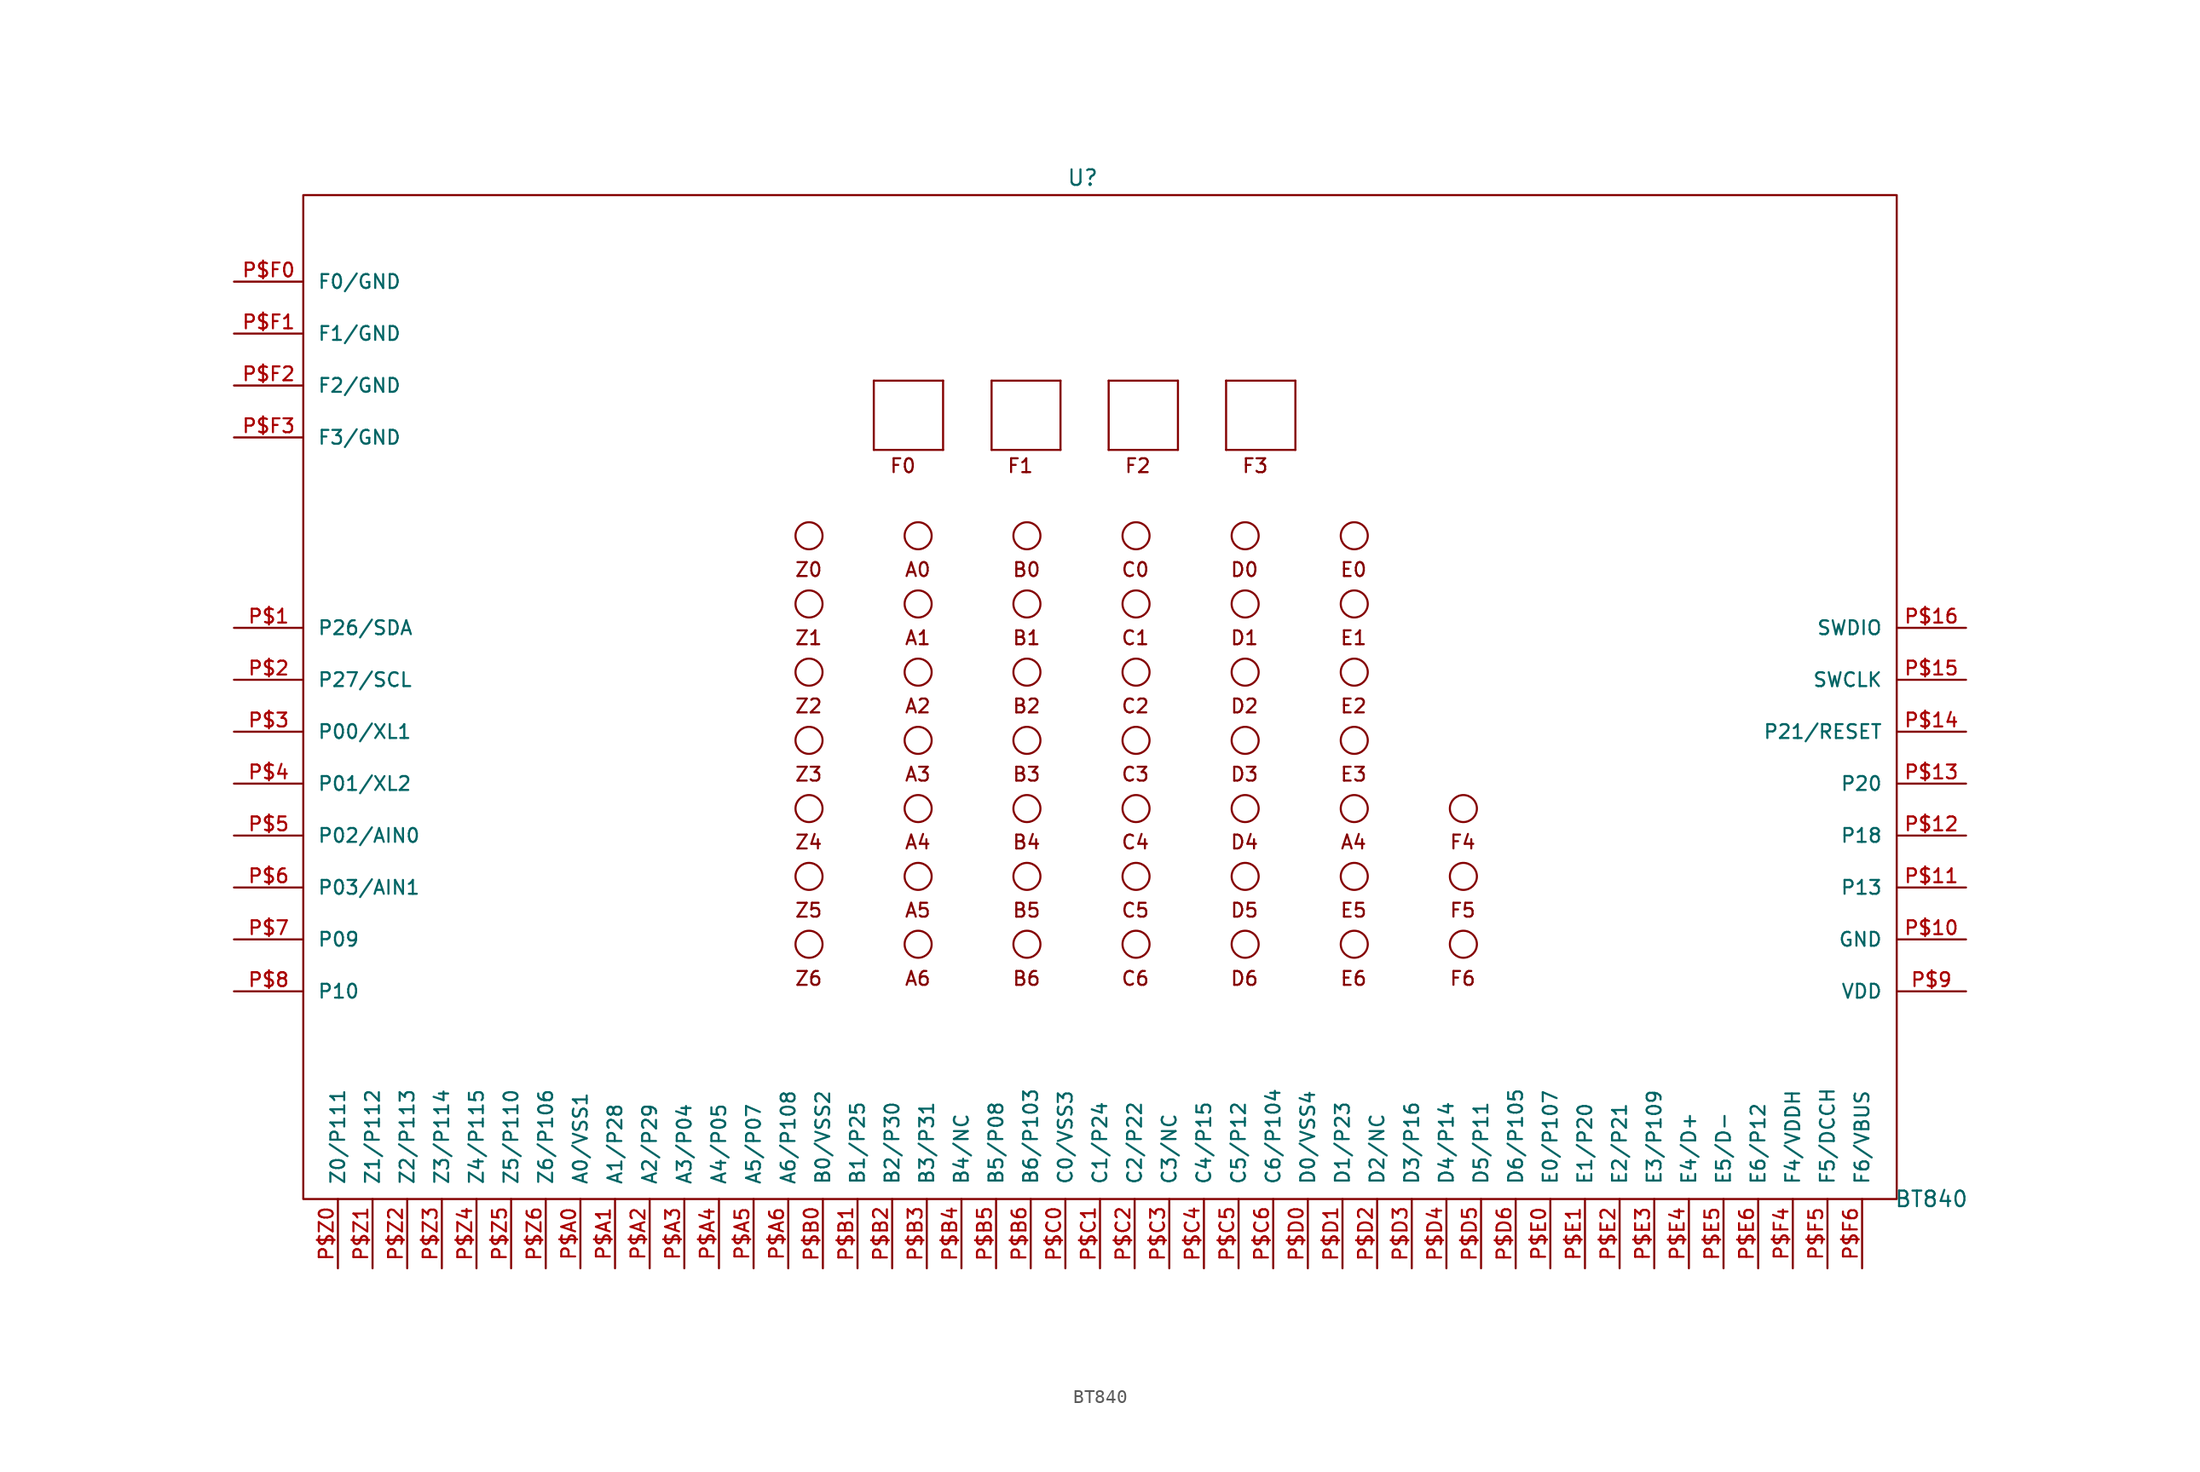
<source format=kicad_sym>
(kicad_symbol_lib
  (version 20211014)
  (generator kicad_symbol_editor)
  (symbol "BT840"
    (pin_names
      (offset 1.016))
    (property "Reference" "U"
      (at 0 48.26 0)
      (effects (font (size 1.143 1.143))))
    (property "Value" "BT840"
      (at 62.23 -26.67 0)
      (effects (font (size 1.143 1.143))))
    (property "ki_locked" ""
      (at 0 0 0)
      (effects (font (size 1.27 1.27))))
    (symbol "BT840_0_1"
      (rectangle (start -57.15 46.99) (end 59.69 -26.67) (stroke (width 0) (type default) (color 0 0 0 0)) (fill (type none))))
    (symbol "BT840_1_0"
      (polyline (pts (xy -15.316 28.296) (xy -15.316 33.376)) (stroke (width 0) (type default) (color 0 0 0 0)) (fill (type none)))
      (polyline (pts (xy -15.316 33.376) (xy -10.236 33.376)) (stroke (width 0) (type default) (color 0 0 0 0)) (fill (type none)))
      (polyline (pts (xy -10.236 28.296) (xy -15.316 28.296)) (stroke (width 0) (type default) (color 0 0 0 0)) (fill (type none)))
      (polyline (pts (xy -10.236 33.376) (xy -10.236 28.296)) (stroke (width 0) (type default) (color 0 0 0 0)) (fill (type none)))
      (polyline (pts (xy -6.68 28.296) (xy -6.68 33.376)) (stroke (width 0) (type default) (color 0 0 0 0)) (fill (type none)))
      (polyline (pts (xy -6.68 33.376) (xy -1.626 33.376)) (stroke (width 0) (type default) (color 0 0 0 0)) (fill (type none)))
      (polyline (pts (xy -1.626 28.296) (xy -6.68 28.296)) (stroke (width 0) (type default) (color 0 0 0 0)) (fill (type none)))
      (polyline (pts (xy -1.626 33.376) (xy -1.626 28.296)) (stroke (width 0) (type default) (color 0 0 0 0)) (fill (type none)))
      (polyline (pts (xy 1.905 28.296) (xy 1.905 33.376)) (stroke (width 0) (type default) (color 0 0 0 0)) (fill (type none)))
      (polyline (pts (xy 1.905 33.376) (xy 6.985 33.376)) (stroke (width 0) (type default) (color 0 0 0 0)) (fill (type none)))
      (polyline (pts (xy 6.985 28.296) (xy 1.905 28.296)) (stroke (width 0) (type default) (color 0 0 0 0)) (fill (type none)))
      (polyline (pts (xy 6.985 33.376) (xy 6.985 28.296)) (stroke (width 0) (type default) (color 0 0 0 0)) (fill (type none)))
      (polyline (pts (xy 10.516 28.296) (xy 10.516 33.376)) (stroke (width 0) (type default) (color 0 0 0 0)) (fill (type none)))
      (polyline (pts (xy 10.516 33.376) (xy 15.596 33.376)) (stroke (width 0) (type default) (color 0 0 0 0)) (fill (type none)))
      (polyline (pts (xy 15.596 28.296) (xy 10.516 28.296)) (stroke (width 0) (type default) (color 0 0 0 0)) (fill (type none)))
      (polyline (pts (xy 15.596 33.376) (xy 15.596 28.296)) (stroke (width 0) (type default) (color 0 0 0 0)) (fill (type none)))
      (text "A0" (at -12.09 19.507 0) (effects (font (size 1.016 1.016))))
      (text "A1" (at -12.09 14.503 0) (effects (font (size 1.016 1.016))))
      (text "A2" (at -12.09 9.5 0) (effects (font (size 1.016 1.016))))
      (text "A3" (at -12.09 4.496 0) (effects (font (size 1.016 1.016))))
      (text "A4" (at -12.09 -0.483 0) (effects (font (size 1.016 1.016))))
      (text "A4" (at 19.863 -0.483 0) (effects (font (size 1.016 1.016))))
      (text "A5" (at -12.09 -5.486 0) (effects (font (size 1.016 1.016))))
      (text "A6" (at -12.09 -10.49 0) (effects (font (size 1.016 1.016))))
      (text "B0" (at -4.115 19.507 0) (effects (font (size 1.016 1.016))))
      (text "B1" (at -4.115 14.503 0) (effects (font (size 1.016 1.016))))
      (text "B2" (at -4.115 9.5 0) (effects (font (size 1.016 1.016))))
      (text "B3" (at -4.115 4.496 0) (effects (font (size 1.016 1.016))))
      (text "B4" (at -4.115 -0.483 0) (effects (font (size 1.016 1.016))))
      (text "B5" (at -4.115 -5.486 0) (effects (font (size 1.016 1.016))))
      (text "B6" (at -4.115 -10.49 0) (effects (font (size 1.016 1.016))))
      (text "C0" (at 3.861 19.507 0) (effects (font (size 1.016 1.016))))
      (text "C1" (at 3.861 14.503 0) (effects (font (size 1.016 1.016))))
      (text "C2" (at 3.861 9.5 0) (effects (font (size 1.016 1.016))))
      (text "C3" (at 3.861 4.496 0) (effects (font (size 1.016 1.016))))
      (text "C4" (at 3.861 -0.483 0) (effects (font (size 1.016 1.016))))
      (text "C5" (at 3.861 -5.486 0) (effects (font (size 1.016 1.016))))
      (text "C6" (at 3.861 -10.49 0) (effects (font (size 1.016 1.016))))
      (text "D0" (at 11.862 19.507 0) (effects (font (size 1.016 1.016))))
      (text "D1" (at 11.862 14.503 0) (effects (font (size 1.016 1.016))))
      (text "D2" (at 11.862 9.5 0) (effects (font (size 1.016 1.016))))
      (text "D3" (at 11.862 4.496 0) (effects (font (size 1.016 1.016))))
      (text "D4" (at 11.862 -0.483 0) (effects (font (size 1.016 1.016))))
      (text "D5" (at 11.862 -5.486 0) (effects (font (size 1.016 1.016))))
      (text "D6" (at 11.862 -10.49 0) (effects (font (size 1.016 1.016))))
      (text "E0" (at 19.863 19.507 0) (effects (font (size 1.016 1.016))))
      (text "E1" (at 19.863 14.503 0) (effects (font (size 1.016 1.016))))
      (text "E2" (at 19.863 9.5 0) (effects (font (size 1.016 1.016))))
      (text "E3" (at 19.863 4.496 0) (effects (font (size 1.016 1.016))))
      (text "E5" (at 19.863 -5.486 0) (effects (font (size 1.016 1.016))))
      (text "E6" (at 19.863 -10.49 0) (effects (font (size 1.016 1.016))))
      (text "F0" (at -13.183 27.127 0) (effects (font (size 1.016 1.016))))
      (text "F1" (at -4.572 27.127 0) (effects (font (size 1.016 1.016))))
      (text "F2" (at 4.039 27.127 0) (effects (font (size 1.016 1.016))))
      (text "F3" (at 12.649 27.127 0) (effects (font (size 1.016 1.016))))
      (text "F4" (at 27.864 -0.483 0) (effects (font (size 1.016 1.016))))
      (text "F5" (at 27.864 -5.486 0) (effects (font (size 1.016 1.016))))
      (text "F6" (at 27.864 -10.49 0) (effects (font (size 1.016 1.016))))
      (text "Z0" (at -20.091 19.507 0) (effects (font (size 1.016 1.016))))
      (text "Z1" (at -20.091 14.503 0) (effects (font (size 1.016 1.016))))
      (text "Z2" (at -20.091 9.5 0) (effects (font (size 1.016 1.016))))
      (text "Z3" (at -20.091 4.496 0) (effects (font (size 1.016 1.016))))
      (text "Z4" (at -20.091 -0.483 0) (effects (font (size 1.016 1.016))))
      (text "Z5" (at -20.091 -5.486 0) (effects (font (size 1.016 1.016))))
      (text "Z6" (at -20.091 -10.49 0) (effects (font (size 1.016 1.016)))))
    (symbol "BT840_1_1"
      (circle (center -20.066 -7.976) (radius 0.991) (stroke (width 0) (type default) (color 0 0 0 0)) (fill (type none)))
      (circle (center -20.066 -2.997) (radius 0.991) (stroke (width 0) (type default) (color 0 0 0 0)) (fill (type none)))
      (circle (center -20.066 1.981) (radius 0.991) (stroke (width 0) (type default) (color 0 0 0 0)) (fill (type none)))
      (circle (center -20.066 6.985) (radius 0.991) (stroke (width 0) (type default) (color 0 0 0 0)) (fill (type none)))
      (circle (center -20.066 11.989) (radius 0.991) (stroke (width 0) (type default) (color 0 0 0 0)) (fill (type none)))
      (circle (center -20.066 16.993) (radius 0.991) (stroke (width 0) (type default) (color 0 0 0 0)) (fill (type none)))
      (circle (center -20.066 21.996) (radius 0.991) (stroke (width 0) (type default) (color 0 0 0 0)) (fill (type none)))
      (circle (center -12.065 -7.976) (radius 0.991) (stroke (width 0) (type default) (color 0 0 0 0)) (fill (type none)))
      (circle (center -12.065 -2.997) (radius 0.991) (stroke (width 0) (type default) (color 0 0 0 0)) (fill (type none)))
      (circle (center -12.065 1.981) (radius 0.991) (stroke (width 0) (type default) (color 0 0 0 0)) (fill (type none)))
      (circle (center -12.065 6.985) (radius 0.991) (stroke (width 0) (type default) (color 0 0 0 0)) (fill (type none)))
      (circle (center -12.065 11.989) (radius 0.991) (stroke (width 0) (type default) (color 0 0 0 0)) (fill (type none)))
      (circle (center -12.065 16.993) (radius 0.991) (stroke (width 0) (type default) (color 0 0 0 0)) (fill (type none)))
      (circle (center -12.065 21.996) (radius 0.991) (stroke (width 0) (type default) (color 0 0 0 0)) (fill (type none)))
      (circle (center -4.089 -7.976) (radius 0.991) (stroke (width 0) (type default) (color 0 0 0 0)) (fill (type none)))
      (circle (center -4.089 -2.997) (radius 0.991) (stroke (width 0) (type default) (color 0 0 0 0)) (fill (type none)))
      (circle (center -4.089 1.981) (radius 0.991) (stroke (width 0) (type default) (color 0 0 0 0)) (fill (type none)))
      (circle (center -4.089 6.985) (radius 0.991) (stroke (width 0) (type default) (color 0 0 0 0)) (fill (type none)))
      (circle (center -4.089 11.989) (radius 0.991) (stroke (width 0) (type default) (color 0 0 0 0)) (fill (type none)))
      (circle (center -4.089 16.993) (radius 0.991) (stroke (width 0) (type default) (color 0 0 0 0)) (fill (type none)))
      (circle (center -4.089 21.996) (radius 0.991) (stroke (width 0) (type default) (color 0 0 0 0)) (fill (type none)))
      (circle (center 3.912 -7.976) (radius 0.991) (stroke (width 0) (type default) (color 0 0 0 0)) (fill (type none)))
      (circle (center 3.912 -2.997) (radius 0.991) (stroke (width 0) (type default) (color 0 0 0 0)) (fill (type none)))
      (circle (center 3.912 1.981) (radius 0.991) (stroke (width 0) (type default) (color 0 0 0 0)) (fill (type none)))
      (circle (center 3.912 6.985) (radius 0.991) (stroke (width 0) (type default) (color 0 0 0 0)) (fill (type none)))
      (circle (center 3.912 11.989) (radius 0.991) (stroke (width 0) (type default) (color 0 0 0 0)) (fill (type none)))
      (circle (center 3.912 16.993) (radius 0.991) (stroke (width 0) (type default) (color 0 0 0 0)) (fill (type none)))
      (circle (center 3.912 21.996) (radius 0.991) (stroke (width 0) (type default) (color 0 0 0 0)) (fill (type none)))
      (circle (center 11.913 -7.976) (radius 0.991) (stroke (width 0) (type default) (color 0 0 0 0)) (fill (type none)))
      (circle (center 11.913 -2.997) (radius 0.991) (stroke (width 0) (type default) (color 0 0 0 0)) (fill (type none)))
      (circle (center 11.913 1.981) (radius 0.991) (stroke (width 0) (type default) (color 0 0 0 0)) (fill (type none)))
      (circle (center 11.913 6.985) (radius 0.991) (stroke (width 0) (type default) (color 0 0 0 0)) (fill (type none)))
      (circle (center 11.913 11.989) (radius 0.991) (stroke (width 0) (type default) (color 0 0 0 0)) (fill (type none)))
      (circle (center 11.913 16.993) (radius 0.991) (stroke (width 0) (type default) (color 0 0 0 0)) (fill (type none)))
      (circle (center 11.913 21.996) (radius 0.991) (stroke (width 0) (type default) (color 0 0 0 0)) (fill (type none)))
      (circle (center 19.914 -7.976) (radius 0.991) (stroke (width 0) (type default) (color 0 0 0 0)) (fill (type none)))
      (circle (center 19.914 -2.997) (radius 0.991) (stroke (width 0) (type default) (color 0 0 0 0)) (fill (type none)))
      (circle (center 19.914 1.981) (radius 0.991) (stroke (width 0) (type default) (color 0 0 0 0)) (fill (type none)))
      (circle (center 19.914 6.985) (radius 0.991) (stroke (width 0) (type default) (color 0 0 0 0)) (fill (type none)))
      (circle (center 19.914 11.989) (radius 0.991) (stroke (width 0) (type default) (color 0 0 0 0)) (fill (type none)))
      (circle (center 19.914 16.993) (radius 0.991) (stroke (width 0) (type default) (color 0 0 0 0)) (fill (type none)))
      (circle (center 19.914 21.996) (radius 0.991) (stroke (width 0) (type default) (color 0 0 0 0)) (fill (type none)))
      (circle (center 27.915 -7.976) (radius 0.991) (stroke (width 0) (type default) (color 0 0 0 0)) (fill (type none)))
      (circle (center 27.915 -2.997) (radius 0.991) (stroke (width 0) (type default) (color 0 0 0 0)) (fill (type none)))
      (circle (center 27.915 1.981) (radius 0.991) (stroke (width 0) (type default) (color 0 0 0 0)) (fill (type none)))
      (pin bidirectional line (at -62.23 15.24 0) (length 5.08) (name "P26/SDA" (effects (font (size 1.016 1.016)))) (number "P$1" (effects (font (size 1.016 1.016)))))
      (pin bidirectional line (at 64.77 -7.62 180) (length 5.08) (name "GND" (effects (font (size 1.016 1.016)))) (number "P$10" (effects (font (size 1.016 1.016)))))
      (pin bidirectional line (at 64.77 -3.81 180) (length 5.08) (name "P13" (effects (font (size 1.016 1.016)))) (number "P$11" (effects (font (size 1.016 1.016)))))
      (pin bidirectional line (at 64.77 0 180) (length 5.08) (name "P18" (effects (font (size 1.016 1.016)))) (number "P$12" (effects (font (size 1.016 1.016)))))
      (pin bidirectional line (at 64.77 3.81 180) (length 5.08) (name "P20" (effects (font (size 1.016 1.016)))) (number "P$13" (effects (font (size 1.016 1.016)))))
      (pin bidirectional line (at 64.77 7.62 180) (length 5.08) (name "P21/RESET" (effects (font (size 1.016 1.016)))) (number "P$14" (effects (font (size 1.016 1.016)))))
      (pin bidirectional line (at 64.77 11.43 180) (length 5.08) (name "SWCLK" (effects (font (size 1.016 1.016)))) (number "P$15" (effects (font (size 1.016 1.016)))))
      (pin bidirectional line (at 64.77 15.24 180) (length 5.08) (name "SWDIO" (effects (font (size 1.016 1.016)))) (number "P$16" (effects (font (size 1.016 1.016)))))
      (pin bidirectional line (at -62.23 11.43 0) (length 5.08) (name "P27/SCL" (effects (font (size 1.016 1.016)))) (number "P$2" (effects (font (size 1.016 1.016)))))
      (pin bidirectional line (at -62.23 7.62 0) (length 5.08) (name "P00/XL1" (effects (font (size 1.016 1.016)))) (number "P$3" (effects (font (size 1.016 1.016)))))
      (pin bidirectional line (at -62.23 3.81 0) (length 5.08) (name "P01/XL2" (effects (font (size 1.016 1.016)))) (number "P$4" (effects (font (size 1.016 1.016)))))
      (pin bidirectional line (at -62.23 0 0) (length 5.08) (name "P02/AIN0" (effects (font (size 1.016 1.016)))) (number "P$5" (effects (font (size 1.016 1.016)))))
      (pin bidirectional line (at -62.23 -3.81 0) (length 5.08) (name "P03/AIN1" (effects (font (size 1.016 1.016)))) (number "P$6" (effects (font (size 1.016 1.016)))))
      (pin bidirectional line (at -62.23 -7.62 0) (length 5.08) (name "P09" (effects (font (size 1.016 1.016)))) (number "P$7" (effects (font (size 1.016 1.016)))))
      (pin bidirectional line (at -62.23 -11.43 0) (length 5.08) (name "P10" (effects (font (size 1.016 1.016)))) (number "P$8" (effects (font (size 1.016 1.016)))))
      (pin bidirectional line (at 64.77 -11.43 180) (length 5.08) (name "VDD" (effects (font (size 1.016 1.016)))) (number "P$9" (effects (font (size 1.016 1.016)))))
      (pin bidirectional line (at -36.83 -31.75 90) (length 5.08) (name "A0/VSS1" (effects (font (size 1.016 1.016)))) (number "P$A0" (effects (font (size 1.016 1.016)))))
      (pin bidirectional line (at -34.29 -31.75 90) (length 5.08) (name "A1/P28" (effects (font (size 1.016 1.016)))) (number "P$A1" (effects (font (size 1.016 1.016)))))
      (pin bidirectional line (at -31.75 -31.75 90) (length 5.08) (name "A2/P29" (effects (font (size 1.016 1.016)))) (number "P$A2" (effects (font (size 1.016 1.016)))))
      (pin bidirectional line (at -29.21 -31.75 90) (length 5.08) (name "A3/P04" (effects (font (size 1.016 1.016)))) (number "P$A3" (effects (font (size 1.016 1.016)))))
      (pin bidirectional line (at -26.67 -31.75 90) (length 5.08) (name "A4/P05" (effects (font (size 1.016 1.016)))) (number "P$A4" (effects (font (size 1.016 1.016)))))
      (pin bidirectional line (at -24.13 -31.75 90) (length 5.08) (name "A5/P07" (effects (font (size 1.016 1.016)))) (number "P$A5" (effects (font (size 1.016 1.016)))))
      (pin bidirectional line (at -21.59 -31.75 90) (length 5.08) (name "A6/P108" (effects (font (size 1.016 1.016)))) (number "P$A6" (effects (font (size 1.016 1.016)))))
      (pin bidirectional line (at -19.05 -31.75 90) (length 5.08) (name "B0/VSS2" (effects (font (size 1.016 1.016)))) (number "P$B0" (effects (font (size 1.016 1.016)))))
      (pin bidirectional line (at -16.51 -31.75 90) (length 5.08) (name "B1/P25" (effects (font (size 1.016 1.016)))) (number "P$B1" (effects (font (size 1.016 1.016)))))
      (pin bidirectional line (at -13.97 -31.75 90) (length 5.08) (name "B2/P30" (effects (font (size 1.016 1.016)))) (number "P$B2" (effects (font (size 1.016 1.016)))))
      (pin bidirectional line (at -11.43 -31.75 90) (length 5.08) (name "B3/P31" (effects (font (size 1.016 1.016)))) (number "P$B3" (effects (font (size 1.016 1.016)))))
      (pin bidirectional line (at -8.89 -31.75 90) (length 5.08) (name "B4/NC" (effects (font (size 1.016 1.016)))) (number "P$B4" (effects (font (size 1.016 1.016)))))
      (pin bidirectional line (at -6.35 -31.75 90) (length 5.08) (name "B5/P08" (effects (font (size 1.016 1.016)))) (number "P$B5" (effects (font (size 1.016 1.016)))))
      (pin bidirectional line (at -3.81 -31.75 90) (length 5.08) (name "B6/P103" (effects (font (size 1.016 1.016)))) (number "P$B6" (effects (font (size 1.016 1.016)))))
      (pin bidirectional line (at -1.27 -31.75 90) (length 5.08) (name "C0/VSS3" (effects (font (size 1.016 1.016)))) (number "P$C0" (effects (font (size 1.016 1.016)))))
      (pin bidirectional line (at 1.27 -31.75 90) (length 5.08) (name "C1/P24" (effects (font (size 1.016 1.016)))) (number "P$C1" (effects (font (size 1.016 1.016)))))
      (pin bidirectional line (at 3.81 -31.75 90) (length 5.08) (name "C2/P22" (effects (font (size 1.016 1.016)))) (number "P$C2" (effects (font (size 1.016 1.016)))))
      (pin bidirectional line (at 6.35 -31.75 90) (length 5.08) (name "C3/NC" (effects (font (size 1.016 1.016)))) (number "P$C3" (effects (font (size 1.016 1.016)))))
      (pin bidirectional line (at 8.89 -31.75 90) (length 5.08) (name "C4/P15" (effects (font (size 1.016 1.016)))) (number "P$C4" (effects (font (size 1.016 1.016)))))
      (pin bidirectional line (at 11.43 -31.75 90) (length 5.08) (name "C5/P12" (effects (font (size 1.016 1.016)))) (number "P$C5" (effects (font (size 1.016 1.016)))))
      (pin bidirectional line (at 13.97 -31.75 90) (length 5.08) (name "C6/P104" (effects (font (size 1.016 1.016)))) (number "P$C6" (effects (font (size 1.016 1.016)))))
      (pin bidirectional line (at 16.51 -31.75 90) (length 5.08) (name "D0/VSS4" (effects (font (size 1.016 1.016)))) (number "P$D0" (effects (font (size 1.016 1.016)))))
      (pin bidirectional line (at 19.05 -31.75 90) (length 5.08) (name "D1/P23" (effects (font (size 1.016 1.016)))) (number "P$D1" (effects (font (size 1.016 1.016)))))
      (pin bidirectional line (at 21.59 -31.75 90) (length 5.08) (name "D2/NC" (effects (font (size 1.016 1.016)))) (number "P$D2" (effects (font (size 1.016 1.016)))))
      (pin bidirectional line (at 24.13 -31.75 90) (length 5.08) (name "D3/P16" (effects (font (size 1.016 1.016)))) (number "P$D3" (effects (font (size 1.016 1.016)))))
      (pin bidirectional line (at 26.67 -31.75 90) (length 5.08) (name "D4/P14" (effects (font (size 1.016 1.016)))) (number "P$D4" (effects (font (size 1.016 1.016)))))
      (pin bidirectional line (at 29.21 -31.75 90) (length 5.08) (name "D5/P11" (effects (font (size 1.016 1.016)))) (number "P$D5" (effects (font (size 1.016 1.016)))))
      (pin bidirectional line (at 31.75 -31.75 90) (length 5.08) (name "D6/P105" (effects (font (size 1.016 1.016)))) (number "P$D6" (effects (font (size 1.016 1.016)))))
      (pin bidirectional line (at 34.29 -31.75 90) (length 5.08) (name "E0/P107" (effects (font (size 1.016 1.016)))) (number "P$E0" (effects (font (size 1.016 1.016)))))
      (pin bidirectional line (at 36.83 -31.75 90) (length 5.08) (name "E1/P20" (effects (font (size 1.016 1.016)))) (number "P$E1" (effects (font (size 1.016 1.016)))))
      (pin bidirectional line (at 39.37 -31.75 90) (length 5.08) (name "E2/P21" (effects (font (size 1.016 1.016)))) (number "P$E2" (effects (font (size 1.016 1.016)))))
      (pin bidirectional line (at 41.91 -31.75 90) (length 5.08) (name "E3/P109" (effects (font (size 1.016 1.016)))) (number "P$E3" (effects (font (size 1.016 1.016)))))
      (pin bidirectional line (at 44.45 -31.75 90) (length 5.08) (name "E4/D+" (effects (font (size 1.016 1.016)))) (number "P$E4" (effects (font (size 1.016 1.016)))))
      (pin bidirectional line (at 46.99 -31.75 90) (length 5.08) (name "E5/D-" (effects (font (size 1.016 1.016)))) (number "P$E5" (effects (font (size 1.016 1.016)))))
      (pin bidirectional line (at 49.53 -31.75 90) (length 5.08) (name "E6/P12" (effects (font (size 1.016 1.016)))) (number "P$E6" (effects (font (size 1.016 1.016)))))
      (pin bidirectional line (at -62.23 40.64 0) (length 5.08) (name "F0/GND" (effects (font (size 1.016 1.016)))) (number "P$F0" (effects (font (size 1.016 1.016)))))
      (pin bidirectional line (at -62.23 36.83 0) (length 5.08) (name "F1/GND" (effects (font (size 1.016 1.016)))) (number "P$F1" (effects (font (size 1.016 1.016)))))
      (pin bidirectional line (at -62.23 33.02 0) (length 5.08) (name "F2/GND" (effects (font (size 1.016 1.016)))) (number "P$F2" (effects (font (size 1.016 1.016)))))
      (pin bidirectional line (at -62.23 29.21 0) (length 5.08) (name "F3/GND" (effects (font (size 1.016 1.016)))) (number "P$F3" (effects (font (size 1.016 1.016)))))
      (pin bidirectional line (at 52.07 -31.75 90) (length 5.08) (name "F4/VDDH" (effects (font (size 1.016 1.016)))) (number "P$F4" (effects (font (size 1.016 1.016)))))
      (pin bidirectional line (at 54.61 -31.75 90) (length 5.08) (name "F5/DCCH" (effects (font (size 1.016 1.016)))) (number "P$F5" (effects (font (size 1.016 1.016)))))
      (pin bidirectional line (at 57.15 -31.75 90) (length 5.08) (name "F6/VBUS" (effects (font (size 1.016 1.016)))) (number "P$F6" (effects (font (size 1.016 1.016)))))
      (pin bidirectional line (at -54.61 -31.75 90) (length 5.08) (name "Z0/P111" (effects (font (size 1.016 1.016)))) (number "P$Z0" (effects (font (size 1.016 1.016)))))
      (pin bidirectional line (at -52.07 -31.75 90) (length 5.08) (name "Z1/P112" (effects (font (size 1.016 1.016)))) (number "P$Z1" (effects (font (size 1.016 1.016)))))
      (pin bidirectional line (at -49.53 -31.75 90) (length 5.08) (name "Z2/P113" (effects (font (size 1.016 1.016)))) (number "P$Z2" (effects (font (size 1.016 1.016)))))
      (pin bidirectional line (at -46.99 -31.75 90) (length 5.08) (name "Z3/P114" (effects (font (size 1.016 1.016)))) (number "P$Z3" (effects (font (size 1.016 1.016)))))
      (pin bidirectional line (at -44.45 -31.75 90) (length 5.08) (name "Z4/P115" (effects (font (size 1.016 1.016)))) (number "P$Z4" (effects (font (size 1.016 1.016)))))
      (pin bidirectional line (at -41.91 -31.75 90) (length 5.08) (name "Z5/P110" (effects (font (size 1.016 1.016)))) (number "P$Z5" (effects (font (size 1.016 1.016)))))
      (pin bidirectional line (at -39.37 -31.75 90) (length 5.08) (name "Z6/P106" (effects (font (size 1.016 1.016)))) (number "P$Z6" (effects (font (size 1.016 1.016))))))))
</source>
